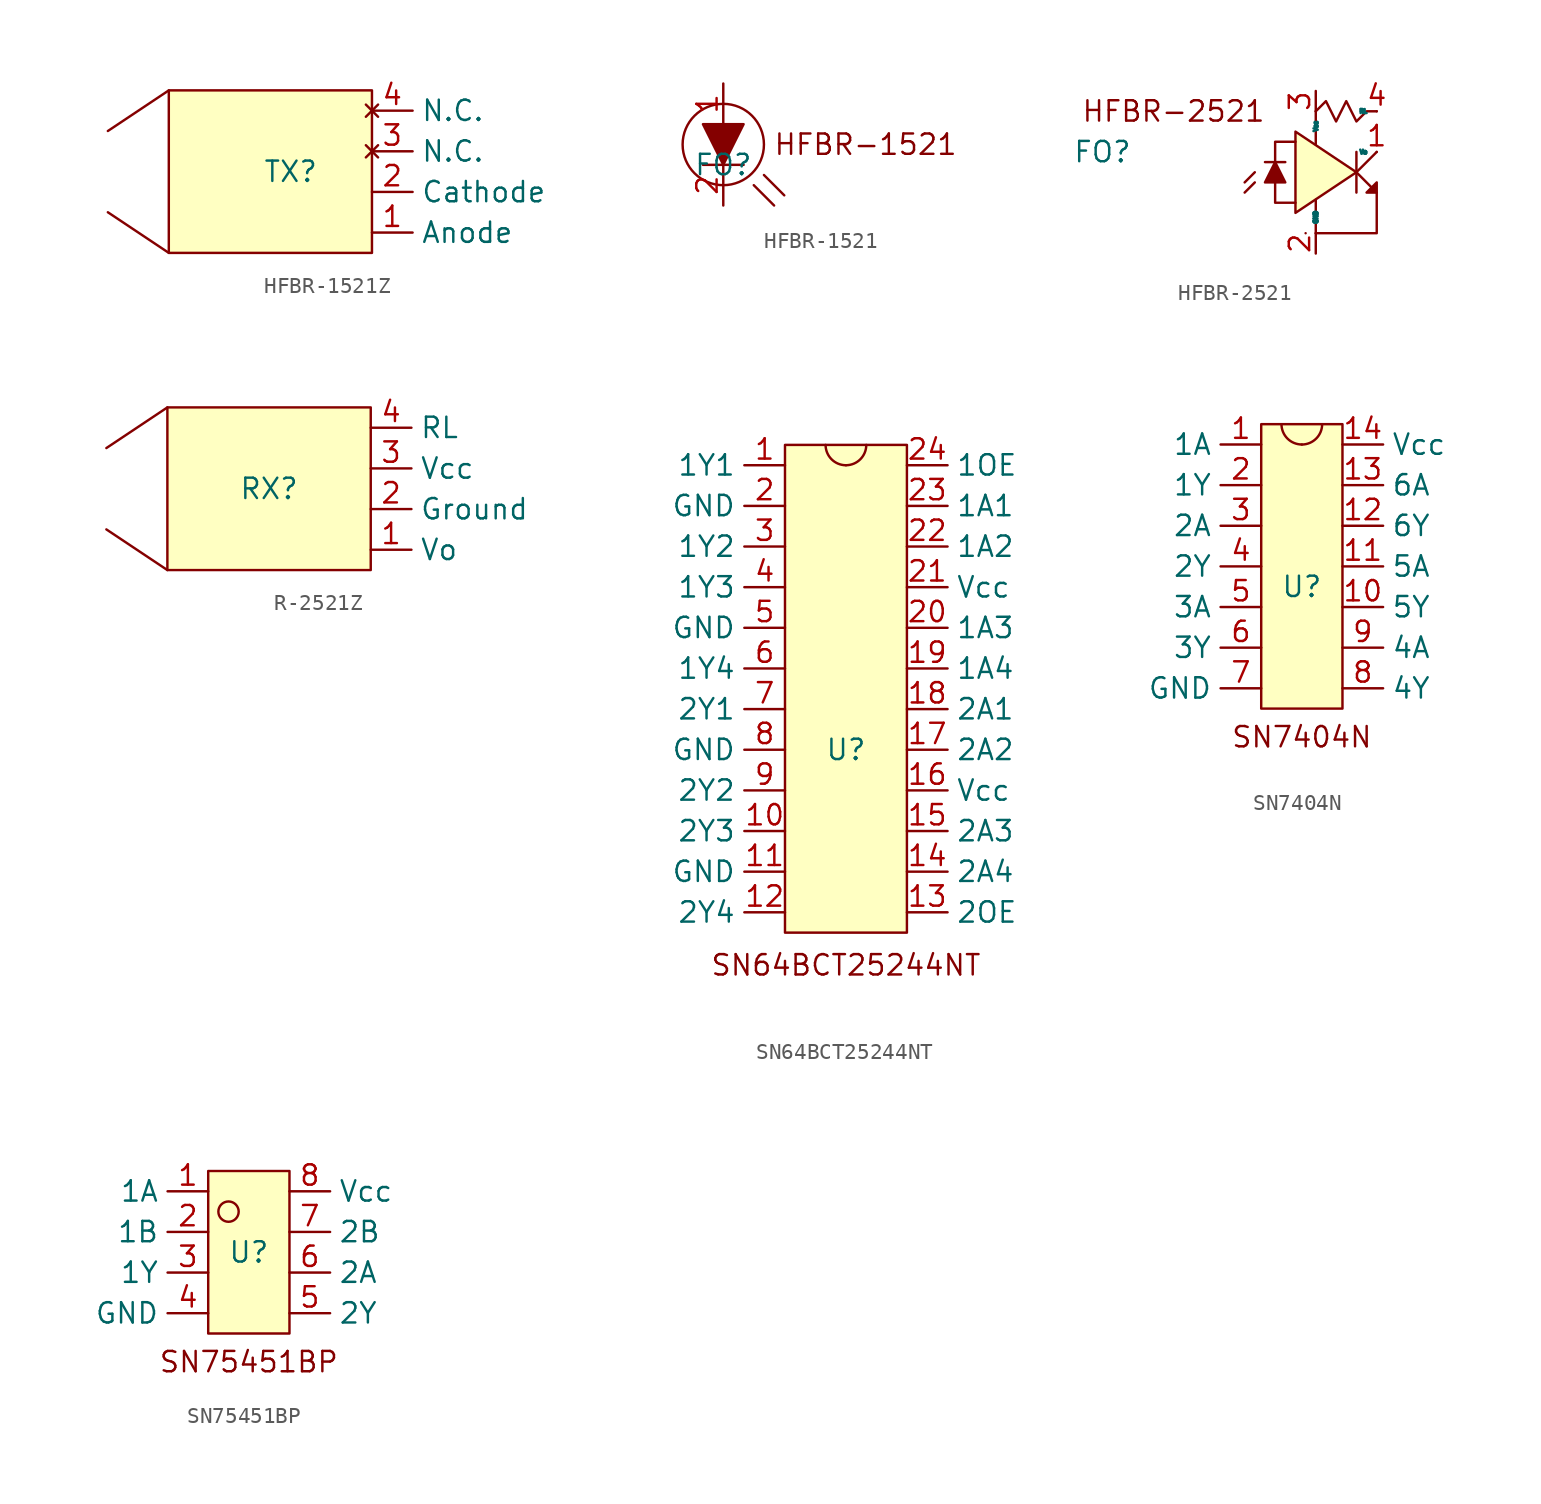
<source format=kicad_sym>
(kicad_symbol_lib
  (version 20231120)
  (generator "kicad_symbol_editor")
  (generator_version "8.0")
  (symbol "HFBR-1521Z"
    (property "Reference" "TX"
      (at 0 0 0)
      (effects (font (size 1.27 1.27))))
    (property "Value" ""
      (at 1.27 1.27 0)
      (effects (font (size 1.27 1.27))))
    (symbol "HFBR-1521Z_0_1"
      (rectangle (start -7.62 5.08) (end 5.08 -5.08) (stroke (width 0) (type default)) (fill (type background)))
      (polyline (pts (xy -7.62 -5.08) (xy -11.43 -2.54)) (stroke (width 0) (type default)) (fill (type none)))
      (polyline (pts (xy -7.62 5.08) (xy -11.43 2.54)) (stroke (width 0) (type default)) (fill (type none))))
    (symbol "HFBR-1521Z_1_1"
      (pin input line (at 5.08 -3.81 0) (length 2.54) (name "Anode" (effects (font (size 1.27 1.27)))) (number "1" (effects (font (size 1.27 1.27)))))
      (pin output line (at 5.08 -1.27 0) (length 2.54) (name "Cathode" (effects (font (size 1.27 1.27)))) (number "2" (effects (font (size 1.27 1.27)))))
      (pin no_connect line (at 5.08 1.27 0) (length 2.54) (name "N.C." (effects (font (size 1.27 1.27)))) (number "3" (effects (font (size 1.27 1.27)))))
      (pin no_connect line (at 5.08 3.81 0) (length 2.54) (name "N.C." (effects (font (size 1.27 1.27)))) (number "4" (effects (font (size 1.27 1.27)))))))
  (symbol "HFBR-1521"
    (property "Reference" "FO"
      (at 0 0 0)
      (effects (font (size 1.27 1.27))))
    (property "Value" ""
      (at 0 0 0)
      (effects (font (size 1.27 1.27))))
    (symbol "HFBR-1521_1_1"
      (polyline (pts (xy -1.27 0) (xy 1.27 0)) (stroke (width 0) (type default)) (fill (type none)))
      (polyline (pts (xy 1.905 -1.27) (xy 3.175 -2.54)) (stroke (width 0) (type default)) (fill (type none)))
      (polyline (pts (xy 2.54 -0.635) (xy 3.81 -1.905)) (stroke (width 0) (type default)) (fill (type none)))
      (polyline (pts (xy 0 0) (xy 1.27 2.54) (xy -1.27 2.54) (xy 0 0)) (stroke (width 0) (type default)) (fill (type outline)))
      (circle (center 0 1.27) (radius 2.54) (stroke (width 0) (type default)) (fill (type none)))
      (text "HFBR-1521" (at 8.89 1.27 0) (effects (font (size 1.27 1.27))))
      (pin input line (at 0 5.08 270) (length 2.54) (name "" (effects (font (size 1.27 1.27)))) (number "1" (effects (font (size 1.27 1.27)))))
      (pin output line (at 0 -2.54 90) (length 2.54) (name "" (effects (font (size 1.27 1.27)))) (number "2" (effects (font (size 1.27 1.27)))))))
  (symbol "HFBR-2521"
    (property "Reference" "FO"
      (at -13.335 1.27 0)
      (effects (font (size 1.27 1.27))))
    (property "Value" ""
      (at 0 0 0)
      (effects (font (size 1.27 1.27))))
    (symbol "HFBR-2521_0_1"
      (polyline (pts (xy -3.81 -0.635) (xy -4.445 -1.27)) (stroke (width 0) (type default)) (fill (type none)))
      (polyline (pts (xy -3.81 0) (xy -4.445 -0.635)) (stroke (width 0) (type default)) (fill (type none)))
      (polyline (pts (xy -1.905 0.635) (xy -3.175 0.635)) (stroke (width 0) (type default)) (fill (type none)))
      (polyline (pts (xy -0.635 -3.81) (xy -0.635 -3.81)) (stroke (width 0) (type default)) (fill (type none)))
      (polyline (pts (xy 2.54 0) (xy 3.81 1.27)) (stroke (width 0) (type default)) (fill (type none)))
      (polyline (pts (xy 2.54 1.27) (xy 2.54 -1.27)) (stroke (width 0) (type default)) (fill (type none)))
      (polyline (pts (xy -2.54 0.635) (xy -2.54 1.905) (xy -1.27 1.905)) (stroke (width 0) (type default)) (fill (type none)))
      (polyline (pts (xy -1.27 -1.905) (xy -2.54 -1.905) (xy -2.54 -0.635)) (stroke (width 0) (type default)) (fill (type none)))
      (polyline (pts (xy 0 -3.81) (xy 0 -1.72) (xy 0 -2.54)) (stroke (width 0) (type default)) (fill (type none)))
      (polyline (pts (xy 3.81 -1.27) (xy 3.81 -3.81) (xy 0 -3.81)) (stroke (width 0) (type default)) (fill (type none)))
      (polyline (pts (xy -1.905 -0.635) (xy -3.175 -0.635) (xy -2.54 0.635) (xy -1.905 -0.635)) (stroke (width 0) (type default)) (fill (type outline)))
      (polyline (pts (xy 0 3.81) (xy 0 1.905) (xy 0 2.54) (xy -0.001 1.745)) (stroke (width 0) (type default)) (fill (type none)))
      (polyline (pts (xy 2.54 0) (xy -1.27 2.54) (xy -1.27 -2.54) (xy 2.54 0)) (stroke (width 0) (type default)) (fill (type background)))
      (polyline (pts (xy 2.54 0) (xy 3.81 -1.27) (xy 3.81 -0.635) (xy 3.175 -1.27) (xy 3.81 -1.27)) (stroke (width 0) (type default)) (fill (type outline)))
      (polyline (pts (xy 3.81 3.81) (xy 3.175 3.81) (xy 2.54 3.175) (xy 1.905 4.445) (xy 1.27 3.175) (xy 0.635 4.445) (xy 0 3.81)) (stroke (width 0) (type default)) (fill (type none))))
    (symbol "HFBR-2521_1_1"
      (text "HFBR-2521" (at -8.89 3.81 0) (effects (font (size 1.27 1.27))))
      (pin output line (at 3.81 1.27 180) (length 0) (name "Vo" (effects (font (size 0.254 0.254)))) (number "1" (effects (font (size 1.27 1.27)))))
      (pin power_in line (at 0 -5.08 90) (length 1.27) (name "GND" (effects (font (size 0.254 0.254)))) (number "2" (effects (font (size 1.27 1.27)))))
      (pin output line (at 0 5.08 270) (length 1.27) (name "Vcc" (effects (font (size 0.254 0.254)))) (number "3" (effects (font (size 1.27 1.27)))))
      (pin passive line (at 3.81 3.81 180) (length 0) (name "RL" (effects (font (size 0.254 0.254)))) (number "4" (effects (font (size 1.27 1.27)))))))
  (symbol "R-2521Z"
    (property "Reference" "RX"
      (at 0 0 0)
      (effects (font (size 1.27 1.27))))
    (property "Value" ""
      (at 0 0 0)
      (effects (font (size 1.27 1.27))))
    (symbol "R-2521Z_0_1"
      (rectangle (start -6.35 5.08) (end 6.35 -5.08) (stroke (width 0) (type default)) (fill (type background)))
      (polyline (pts (xy -6.35 -5.08) (xy -10.16 -2.54)) (stroke (width 0) (type default)) (fill (type none)))
      (polyline (pts (xy -6.35 5.08) (xy -10.16 2.54)) (stroke (width 0) (type default)) (fill (type none))))
    (symbol "R-2521Z_1_1"
      (pin output line (at 6.35 -3.81 0) (length 2.54) (name "Vo" (effects (font (size 1.27 1.27)))) (number "1" (effects (font (size 1.27 1.27)))))
      (pin power_in line (at 6.35 -1.27 0) (length 2.54) (name "Ground" (effects (font (size 1.27 1.27)))) (number "2" (effects (font (size 1.27 1.27)))))
      (pin power_in line (at 6.35 1.27 0) (length 2.54) (name "Vcc" (effects (font (size 1.27 1.27)))) (number "3" (effects (font (size 1.27 1.27)))))
      (pin input line (at 6.35 3.81 0) (length 2.54) (name "RL" (effects (font (size 1.27 1.27)))) (number "4" (effects (font (size 1.27 1.27)))))))
  (symbol "SN64BCT25244NT"
    (property "Reference" "U"
      (at 0 -3.81 0)
      (effects (font (size 1.27 1.27))))
    (property "Value" ""
      (at 0 1.27 0)
      (effects (font (size 1.27 1.27))))
    (symbol "SN64BCT25244NT_0_1"
      (rectangle (start -3.81 15.24) (end 3.81 -15.24) (stroke (width 0) (type default)) (fill (type background))))
    (symbol "SN64BCT25244NT_1_1"
      (arc (start -1.27 15.24) (mid -0.898 14.342) (end 0 13.97) (stroke (width 0) (type default)) (fill (type none)))
      (arc (start 0 13.97) (mid 0.898 14.342) (end 1.27 15.24) (stroke (width 0) (type default)) (fill (type none)))
      (text "SN64BCT25244NT" (at 0 -17.272 0) (effects (font (size 1.27 1.27))))
      (pin output line (at -3.81 13.97 180) (length 2.54) (name "1Y1" (effects (font (size 1.27 1.27)))) (number "1" (effects (font (size 1.27 1.27)))))
      (pin output line (at -3.81 -8.89 180) (length 2.54) (name "2Y3" (effects (font (size 1.27 1.27)))) (number "10" (effects (font (size 1.27 1.27)))))
      (pin power_in line (at -3.81 -11.43 180) (length 2.54) (name "GND" (effects (font (size 1.27 1.27)))) (number "11" (effects (font (size 1.27 1.27)))))
      (pin output line (at -3.81 -13.97 180) (length 2.54) (name "2Y4" (effects (font (size 1.27 1.27)))) (number "12" (effects (font (size 1.27 1.27)))))
      (pin input line (at 3.81 -13.97 0) (length 2.54) (name "2OE" (effects (font (size 1.27 1.27)))) (number "13" (effects (font (size 1.27 1.27)))))
      (pin input line (at 3.81 -11.43 0) (length 2.54) (name "2A4" (effects (font (size 1.27 1.27)))) (number "14" (effects (font (size 1.27 1.27)))))
      (pin input line (at 3.81 -8.89 0) (length 2.54) (name "2A3" (effects (font (size 1.27 1.27)))) (number "15" (effects (font (size 1.27 1.27)))))
      (pin power_in line (at 3.81 -6.35 0) (length 2.54) (name "Vcc" (effects (font (size 1.27 1.27)))) (number "16" (effects (font (size 1.27 1.27)))))
      (pin input line (at 3.81 -3.81 0) (length 2.54) (name "2A2" (effects (font (size 1.27 1.27)))) (number "17" (effects (font (size 1.27 1.27)))))
      (pin input line (at 3.81 -1.27 0) (length 2.54) (name "2A1" (effects (font (size 1.27 1.27)))) (number "18" (effects (font (size 1.27 1.27)))))
      (pin input line (at 3.81 1.27 0) (length 2.54) (name "1A4" (effects (font (size 1.27 1.27)))) (number "19" (effects (font (size 1.27 1.27)))))
      (pin power_in line (at -3.81 11.43 180) (length 2.54) (name "GND" (effects (font (size 1.27 1.27)))) (number "2" (effects (font (size 1.27 1.27)))))
      (pin input line (at 3.81 3.81 0) (length 2.54) (name "1A3" (effects (font (size 1.27 1.27)))) (number "20" (effects (font (size 1.27 1.27)))))
      (pin power_in line (at 3.81 6.35 0) (length 2.54) (name "Vcc" (effects (font (size 1.27 1.27)))) (number "21" (effects (font (size 1.27 1.27)))))
      (pin input line (at 3.81 8.89 0) (length 2.54) (name "1A2" (effects (font (size 1.27 1.27)))) (number "22" (effects (font (size 1.27 1.27)))))
      (pin input line (at 3.81 11.43 0) (length 2.54) (name "1A1" (effects (font (size 1.27 1.27)))) (number "23" (effects (font (size 1.27 1.27)))))
      (pin input line (at 3.81 13.97 0) (length 2.54) (name "1OE" (effects (font (size 1.27 1.27)))) (number "24" (effects (font (size 1.27 1.27)))))
      (pin output line (at -3.81 8.89 180) (length 2.54) (name "1Y2" (effects (font (size 1.27 1.27)))) (number "3" (effects (font (size 1.27 1.27)))))
      (pin output line (at -3.81 6.35 180) (length 2.54) (name "1Y3" (effects (font (size 1.27 1.27)))) (number "4" (effects (font (size 1.27 1.27)))))
      (pin power_in line (at -3.81 3.81 180) (length 2.54) (name "GND" (effects (font (size 1.27 1.27)))) (number "5" (effects (font (size 1.27 1.27)))))
      (pin output line (at -3.81 1.27 180) (length 2.54) (name "1Y4" (effects (font (size 1.27 1.27)))) (number "6" (effects (font (size 1.27 1.27)))))
      (pin output line (at -3.81 -1.27 180) (length 2.54) (name "2Y1" (effects (font (size 1.27 1.27)))) (number "7" (effects (font (size 1.27 1.27)))))
      (pin power_in line (at -3.81 -3.81 180) (length 2.54) (name "GND" (effects (font (size 1.27 1.27)))) (number "8" (effects (font (size 1.27 1.27)))))
      (pin output line (at -3.81 -6.35 180) (length 2.54) (name "2Y2" (effects (font (size 1.27 1.27)))) (number "9" (effects (font (size 1.27 1.27)))))))
  (symbol "SN7404N"
    (property "Reference" "U"
      (at 0 -1.27 0)
      (effects (font (size 1.27 1.27))))
    (property "Value" ""
      (at 0 1.27 0)
      (effects (font (size 1.27 1.27))))
    (symbol "SN7404N_0_1"
      (rectangle (start -2.54 8.89) (end 2.54 -8.89) (stroke (width 0) (type default)) (fill (type background)))
      (arc (start -1.27 8.89) (mid -0.898 7.992) (end 0 7.62) (stroke (width 0) (type default)) (fill (type none)))
      (arc (start 0 7.62) (mid 0.898 7.992) (end 1.27 8.89) (stroke (width 0) (type default)) (fill (type none))))
    (symbol "SN7404N_1_1"
      (text "SN7404N" (at 0 -10.668 0) (effects (font (size 1.27 1.27))))
      (pin input line (at -2.54 7.62 180) (length 2.54) (name "1A" (effects (font (size 1.27 1.27)))) (number "1" (effects (font (size 1.27 1.27)))))
      (pin output line (at 2.54 -2.54 0) (length 2.54) (name "5Y" (effects (font (size 1.27 1.27)))) (number "10" (effects (font (size 1.27 1.27)))))
      (pin input line (at 2.54 0 0) (length 2.54) (name "5A" (effects (font (size 1.27 1.27)))) (number "11" (effects (font (size 1.27 1.27)))))
      (pin output line (at 2.54 2.54 0) (length 2.54) (name "6Y" (effects (font (size 1.27 1.27)))) (number "12" (effects (font (size 1.27 1.27)))))
      (pin input line (at 2.54 5.08 0) (length 2.54) (name "6A" (effects (font (size 1.27 1.27)))) (number "13" (effects (font (size 1.27 1.27)))))
      (pin power_in line (at 2.54 7.62 0) (length 2.54) (name "Vcc" (effects (font (size 1.27 1.27)))) (number "14" (effects (font (size 1.27 1.27)))))
      (pin output line (at -2.54 5.08 180) (length 2.54) (name "1Y" (effects (font (size 1.27 1.27)))) (number "2" (effects (font (size 1.27 1.27)))))
      (pin input line (at -2.54 2.54 180) (length 2.54) (name "2A" (effects (font (size 1.27 1.27)))) (number "3" (effects (font (size 1.27 1.27)))))
      (pin output line (at -2.54 0 180) (length 2.54) (name "2Y" (effects (font (size 1.27 1.27)))) (number "4" (effects (font (size 1.27 1.27)))))
      (pin input line (at -2.54 -2.54 180) (length 2.54) (name "3A" (effects (font (size 1.27 1.27)))) (number "5" (effects (font (size 1.27 1.27)))))
      (pin output line (at -2.54 -5.08 180) (length 2.54) (name "3Y" (effects (font (size 1.27 1.27)))) (number "6" (effects (font (size 1.27 1.27)))))
      (pin power_in line (at -2.54 -7.62 180) (length 2.54) (name "GND" (effects (font (size 1.27 1.27)))) (number "7" (effects (font (size 1.27 1.27)))))
      (pin output line (at 2.54 -7.62 0) (length 2.54) (name "4Y" (effects (font (size 1.27 1.27)))) (number "8" (effects (font (size 1.27 1.27)))))
      (pin input line (at 2.54 -5.08 0) (length 2.54) (name "4A" (effects (font (size 1.27 1.27)))) (number "9" (effects (font (size 1.27 1.27)))))))
  (symbol "SN75451BP"
    (property "Reference" "U"
      (at 0 0 0)
      (effects (font (size 1.27 1.27))))
    (property "Value" ""
      (at 0 0 0)
      (effects (font (size 1.27 1.27))))
    (symbol "SN75451BP_0_1"
      (rectangle (start -2.54 5.08) (end 2.54 -5.08) (stroke (width 0) (type default)) (fill (type background)))
      (circle (center -1.27 2.54) (radius 0.635) (stroke (width 0) (type default)) (fill (type none))))
    (symbol "SN75451BP_1_1"
      (text "SN75451BP" (at 0 -6.858 0) (effects (font (size 1.27 1.27))))
      (pin input line (at -2.54 3.81 180) (length 2.54) (name "1A" (effects (font (size 1.27 1.27)))) (number "1" (effects (font (size 1.27 1.27)))))
      (pin input line (at -2.54 1.27 180) (length 2.54) (name "1B" (effects (font (size 1.27 1.27)))) (number "2" (effects (font (size 1.27 1.27)))))
      (pin output line (at -2.54 -1.27 180) (length 2.54) (name "1Y" (effects (font (size 1.27 1.27)))) (number "3" (effects (font (size 1.27 1.27)))))
      (pin bidirectional line (at -2.54 -3.81 180) (length 2.54) (name "GND" (effects (font (size 1.27 1.27)))) (number "4" (effects (font (size 1.27 1.27)))))
      (pin input line (at 2.54 -3.81 0) (length 2.54) (name "2Y" (effects (font (size 1.27 1.27)))) (number "5" (effects (font (size 1.27 1.27)))))
      (pin input line (at 2.54 -1.27 0) (length 2.54) (name "2A" (effects (font (size 1.27 1.27)))) (number "6" (effects (font (size 1.27 1.27)))))
      (pin input line (at 2.54 1.27 0) (length 2.54) (name "2B" (effects (font (size 1.27 1.27)))) (number "7" (effects (font (size 1.27 1.27)))))
      (pin power_in line (at 2.54 3.81 0) (length 2.54) (name "Vcc" (effects (font (size 1.27 1.27)))) (number "8" (effects (font (size 1.27 1.27))))))))
</source>
